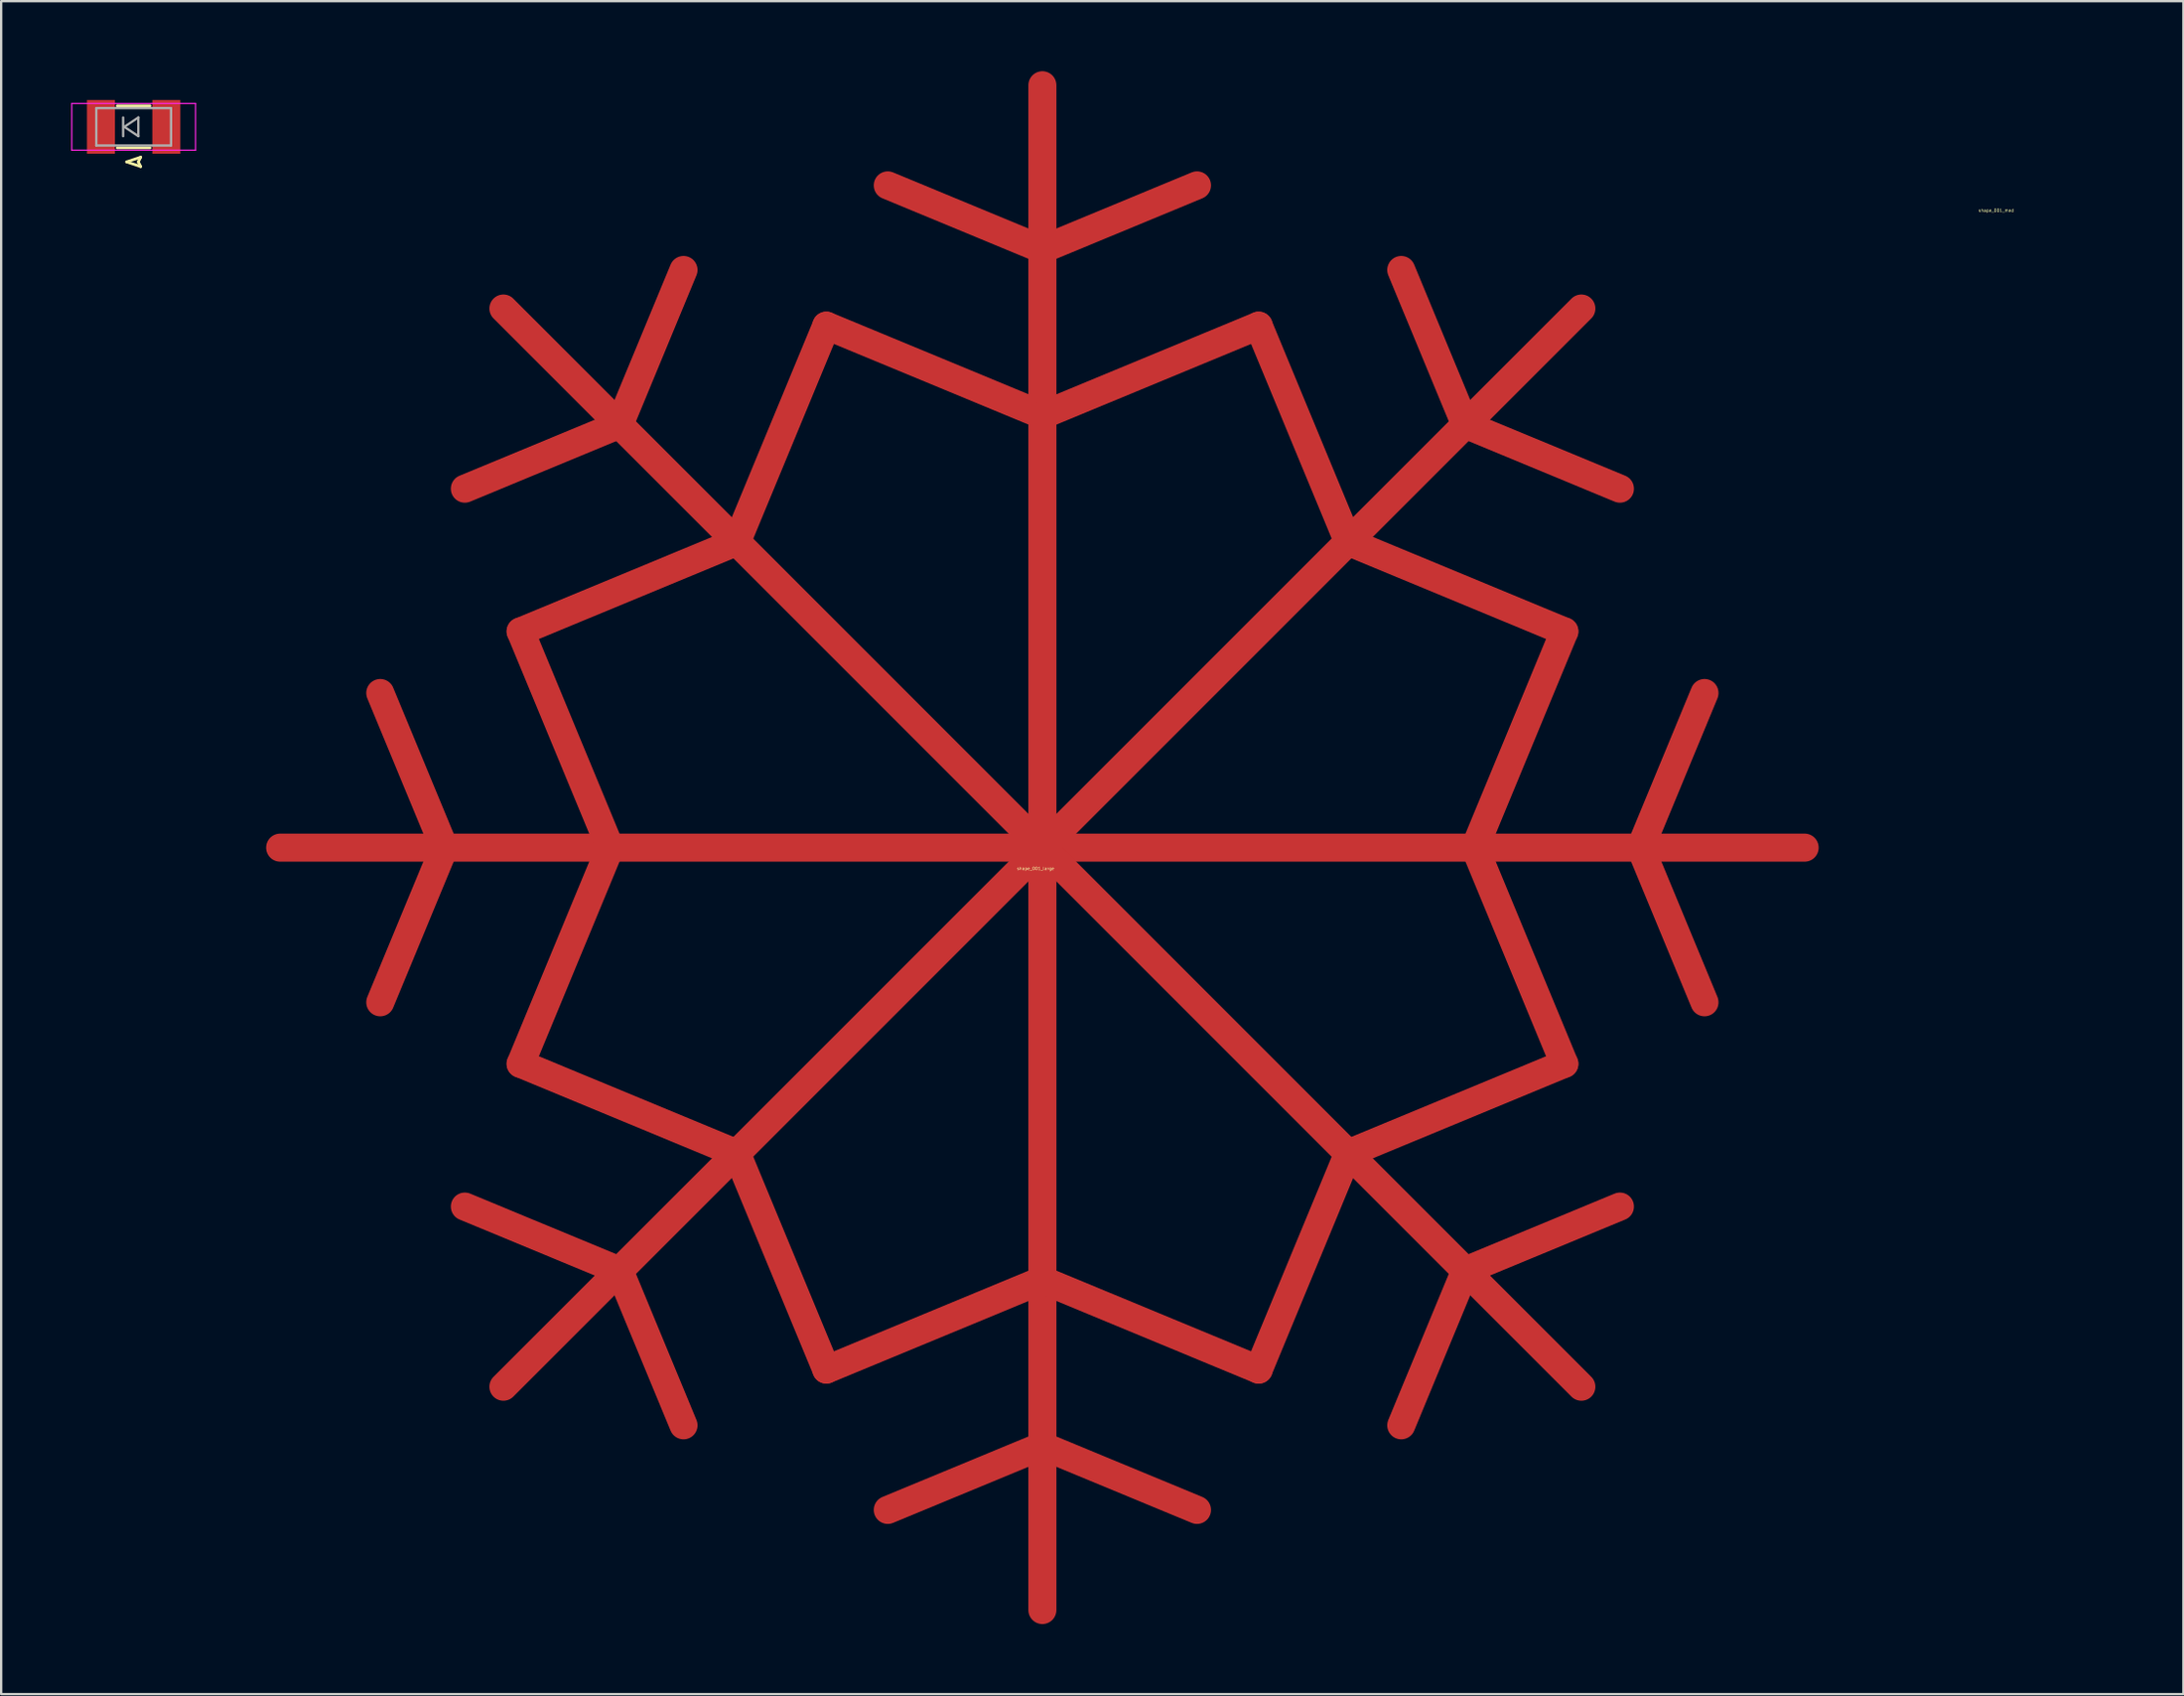
<source format=kicad_pcb>
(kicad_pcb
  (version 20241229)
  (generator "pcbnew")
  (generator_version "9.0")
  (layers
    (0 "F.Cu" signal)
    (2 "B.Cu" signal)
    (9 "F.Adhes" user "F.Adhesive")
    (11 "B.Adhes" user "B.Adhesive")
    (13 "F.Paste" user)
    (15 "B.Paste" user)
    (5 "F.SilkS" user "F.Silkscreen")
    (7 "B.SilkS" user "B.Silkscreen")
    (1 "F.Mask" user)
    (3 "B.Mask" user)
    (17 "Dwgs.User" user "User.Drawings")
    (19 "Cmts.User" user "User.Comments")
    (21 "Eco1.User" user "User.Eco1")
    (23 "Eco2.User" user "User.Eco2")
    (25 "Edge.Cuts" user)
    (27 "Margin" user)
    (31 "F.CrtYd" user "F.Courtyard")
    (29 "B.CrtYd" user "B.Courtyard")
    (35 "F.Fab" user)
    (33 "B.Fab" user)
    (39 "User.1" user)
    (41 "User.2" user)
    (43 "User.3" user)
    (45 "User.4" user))
  (footprint "shape_001_med"
    (layer "F.Cu")
    (at 82.456 5.465)
    (property "Reference" "shape_001_med" (at 0 0.5 0) (layer "F.SilkS") (effects (font (size 0.127 0.127) (thickness 0.000001))))
    (attr through_hole)
    (fp_line (start -4.407 2.723) (end 4.817 -2.603) (stroke (width 0.4) (type solid)) (layer "In1.Cu"))
    (fp_line (start -3.911 -1.484) (end -3.19 -1.9) (stroke (width 0.4) (type solid)) (layer "In1.Cu"))
    (fp_line (start -3.911 1.604) (end -3.19 2.02) (stroke (width 0.4) (type solid)) (layer "In1.Cu"))
    (fp_line (start -3.19 -1.9) (end -3.19 -2.732) (stroke (width 0.4) (type solid)) (layer "In1.Cu"))
    (fp_line (start -3.19 2.02) (end -3.19 2.852) (stroke (width 0.4) (type solid)) (layer "In1.Cu"))
    (fp_line (start -2.289 -3.044) (end -2.289 -1.38) (stroke (width 0.4) (type solid)) (layer "In1.Cu"))
    (fp_line (start -2.289 -1.38) (end -3.731 -0.548) (stroke (width 0.4) (type solid)) (layer "In1.Cu"))
    (fp_line (start -2.289 1.5) (end -3.731 0.668) (stroke (width 0.4) (type solid)) (layer "In1.Cu"))
    (fp_line (start -2.289 3.164) (end -2.289 1.5) (stroke (width 0.4) (type solid)) (layer "In1.Cu"))
    (fp_line (start -0.516 -4.276) (end 0.205 -3.86) (stroke (width 0.4) (type solid)) (layer "In1.Cu"))
    (fp_line (start -0.516 4.396) (end 0.205 3.98) (stroke (width 0.4) (type solid)) (layer "In1.Cu"))
    (fp_line (start 0.205 -5.265) (end 0.205 5.386) (stroke (width 0.4) (type solid)) (layer "In1.Cu"))
    (fp_line (start 0.205 -3.86) (end 0.926 -4.276) (stroke (width 0.4) (type solid)) (layer "In1.Cu"))
    (fp_line (start 0.205 -2.82) (end -1.236 -3.652) (stroke (width 0.4) (type solid)) (layer "In1.Cu"))
    (fp_line (start 0.205 2.94) (end -1.236 3.772) (stroke (width 0.4) (type solid)) (layer "In1.Cu"))
    (fp_line (start 0.205 3.98) (end 0.926 4.396) (stroke (width 0.4) (type solid)) (layer "In1.Cu"))
    (fp_line (start 0.205 5.386) (end 0.205 -5.265) (stroke (width 0.4) (type solid)) (layer "In1.Cu"))
    (fp_line (start 0.205 5.386) (end 0.205 1.178) (stroke (width 0.4) (type solid)) (layer "In1.Cu"))
    (fp_line (start 1.646 -3.652) (end 0.205 -2.82) (stroke (width 0.4) (type solid)) (layer "In1.Cu"))
    (fp_line (start 1.646 3.772) (end 0.205 2.94) (stroke (width 0.4) (type solid)) (layer "In1.Cu"))
    (fp_line (start 2.699 -1.38) (end 2.699 -3.044) (stroke (width 0.4) (type solid)) (layer "In1.Cu"))
    (fp_line (start 2.699 1.5) (end 2.699 3.164) (stroke (width 0.4) (type solid)) (layer "In1.Cu"))
    (fp_line (start 3.6 -2.732) (end 3.6 -1.9) (stroke (width 0.4) (type solid)) (layer "In1.Cu"))
    (fp_line (start 3.6 -1.9) (end 4.321 -1.484) (stroke (width 0.4) (type solid)) (layer "In1.Cu"))
    (fp_line (start 3.6 2.02) (end 4.321 1.604) (stroke (width 0.4) (type solid)) (layer "In1.Cu"))
    (fp_line (start 3.6 2.852) (end 3.6 2.02) (stroke (width 0.4) (type solid)) (layer "In1.Cu"))
    (fp_line (start 4.14 0.668) (end 2.699 1.5) (stroke (width 0.4) (type solid)) (layer "In1.Cu"))
    (fp_line (start 4.141 -0.548) (end 2.699 -1.38) (stroke (width 0.4) (type solid)) (layer "In1.Cu"))
    (fp_line (start 4.817 2.723) (end -4.407 -2.603) (stroke (width 0.4) (type solid)) (layer "In1.Cu"))
    (fp_arc (start -1.815868 0.060144) (mid -1.224005 -1.368866) (end 0.20498 -1.960789) (stroke (width 0.4) (type solid)) (layer "In1.Cu"))
    (fp_arc (start 0.204979 -1.960789) (mid 1.634016 -1.368868) (end 2.225999 0.060144) (stroke (width 0.4) (type solid)) (layer "In1.Cu"))
    (fp_arc (start 0.204979 2.081078) (mid -1.224022 1.48917) (end -1.815868 0.060144) (stroke (width 0.4) (type solid)) (layer "In1.Cu"))
    (fp_arc (start 2.225999 0.060144) (mid 1.634033 1.489172) (end 0.20498 2.081078) (stroke (width 0.4) (type solid)) (layer "In1.Cu")))
  (footprint "shape_001_large"
    (layer "F.Cu")
    (at 41.309 33.644)
    (property "Reference" "shape_001_large" (at 0 0.5 0) (layer "F.SilkS") (effects (font (size 0.127 0.127) (thickness 0.000001))))
    (attr through_hole)
    (fp_line (start -32.359 -0.394) (end 32.94 -0.394) (stroke (width 1.2) (type solid)) (layer "F.Cu"))
    (fp_line (start -28.071 6.229) (end -25.328 -0.394) (stroke (width 1.2) (type solid)) (layer "F.Cu"))
    (fp_line (start -25.328 -0.394) (end -28.071 -7.017) (stroke (width 1.2) (type solid)) (layer "F.Cu"))
    (fp_line (start -24.448 -15.766) (end -17.825 -18.51) (stroke (width 1.2) (type solid)) (layer "F.Cu"))
    (fp_line (start -24.448 14.976) (end -17.825 17.72) (stroke (width 1.2) (type solid)) (layer "F.Cu"))
    (fp_line (start -22.797 -23.482) (end 23.377 22.692) (stroke (width 1.2) (type solid)) (layer "F.Cu"))
    (fp_line (start -22.059 -9.653) (end -12.799 -13.49) (stroke (width 1.2) (type solid)) (layer "F.Cu"))
    (fp_line (start -22.059 8.864) (end -18.223 -0.394) (stroke (width 1.2) (type solid)) (layer "F.Cu"))
    (fp_line (start -18.223 -0.394) (end -22.059 -9.653) (stroke (width 1.2) (type solid)) (layer "F.Cu"))
    (fp_line (start -17.825 -18.51) (end -15.081 -25.132) (stroke (width 1.2) (type solid)) (layer "F.Cu"))
    (fp_line (start -17.825 17.72) (end -15.081 24.344) (stroke (width 1.2) (type solid)) (layer "F.Cu"))
    (fp_line (start -12.8 12.7) (end -22.059 8.864) (stroke (width 1.2) (type solid)) (layer "F.Cu"))
    (fp_line (start -12.799 -13.49) (end -8.964 -22.748) (stroke (width 1.2) (type solid)) (layer "F.Cu"))
    (fp_line (start -8.964 -22.748) (end 0.295 -18.913) (stroke (width 1.2) (type solid)) (layer "F.Cu"))
    (fp_line (start -8.964 21.958) (end -12.8 12.7) (stroke (width 1.2) (type solid)) (layer "F.Cu"))
    (fp_line (start -6.333 -28.756) (end 0.29 -26.012) (stroke (width 1.2) (type solid)) (layer "F.Cu"))
    (fp_line (start -6.333 27.967) (end 0.29 25.224) (stroke (width 1.2) (type solid)) (layer "F.Cu"))
    (fp_line (start 0.29 -26.012) (end 6.913 -28.756) (stroke (width 1.2) (type solid)) (layer "F.Cu"))
    (fp_line (start 0.29 25.224) (end 6.913 27.967) (stroke (width 1.2) (type solid)) (layer "F.Cu"))
    (fp_line (start 0.29 -33.044) (end 0.29 32.255) (stroke (width 1.2) (type solid)) (layer "F.Cu"))
    (fp_line (start 0.295 -18.913) (end 9.553 -22.748) (stroke (width 1.2) (type solid)) (layer "F.Cu"))
    (fp_line (start 0.295 18.124) (end -8.964 21.958) (stroke (width 1.2) (type solid)) (layer "F.Cu"))
    (fp_line (start 9.553 -22.748) (end 13.389 -13.49) (stroke (width 1.2) (type solid)) (layer "F.Cu"))
    (fp_line (start 9.553 21.959) (end 0.295 18.124) (stroke (width 1.2) (type solid)) (layer "F.Cu"))
    (fp_line (start 13.389 -13.49) (end 22.647 -9.654) (stroke (width 1.2) (type solid)) (layer "F.Cu"))
    (fp_line (start 13.389 12.699) (end 9.553 21.959) (stroke (width 1.2) (type solid)) (layer "F.Cu"))
    (fp_line (start 15.661 -25.132) (end 18.405 -18.51) (stroke (width 1.2) (type solid)) (layer "F.Cu"))
    (fp_line (start 15.661 24.344) (end 18.405 17.72) (stroke (width 1.2) (type solid)) (layer "F.Cu"))
    (fp_line (start 18.405 -18.51) (end 25.028 -15.766) (stroke (width 1.2) (type solid)) (layer "F.Cu"))
    (fp_line (start 18.405 17.72) (end 25.028 14.976) (stroke (width 1.2) (type solid)) (layer "F.Cu"))
    (fp_line (start 18.813 -0.394) (end 22.647 8.864) (stroke (width 1.2) (type solid)) (layer "F.Cu"))
    (fp_line (start 22.647 -9.654) (end 18.813 -0.394) (stroke (width 1.2) (type solid)) (layer "F.Cu"))
    (fp_line (start 22.647 8.864) (end 13.389 12.699) (stroke (width 1.2) (type solid)) (layer "F.Cu"))
    (fp_line (start 23.377 -23.482) (end -22.797 22.692) (stroke (width 1.2) (type solid)) (layer "F.Cu"))
    (fp_line (start 25.908 -0.394) (end 28.651 -7.017) (stroke (width 1.2) (type solid)) (layer "F.Cu"))
    (fp_line (start 28.651 6.229) (end 25.908 -0.394) (stroke (width 1.2) (type solid)) (layer "F.Cu")))
  (footprint "LED_0807"
    (layer "F.Cu")
    (at 2.675 2.382)
    (property "Reference" "LED_0807" (at 0 -2.381 0) (layer "F.SilkS") (effects (font (size 0.001 0.001) (thickness 0.15))))
    (attr smd)
    (fp_circle (center 0 0) (end 0.1 0) (stroke (width 1) (type solid)) (fill no) (layer "F.Mask"))
    (fp_line (start -0.7 -0.9) (end 0.7 -0.9) (stroke (width 0.12) (type solid)) (layer "F.SilkS"))
    (fp_line (start -0.7 0.9) (end 0.7 0.9) (stroke (width 0.12) (type solid)) (layer "F.SilkS"))
    (fp_line (start -0.3 1.5) (end 0.3 1.3) (stroke (width 0.12) (type solid)) (layer "F.SilkS"))
    (fp_line (start -0.3 1.5) (end 0.3 1.7) (stroke (width 0.12) (type solid)) (layer "F.SilkS"))
    (fp_line (start 0.2 1.5) (end 0.3 1.7) (stroke (width 0.12) (type solid)) (layer "F.SilkS"))
    (fp_line (start 0.3 1.3) (end 0.2 1.5) (stroke (width 0.12) (type solid)) (layer "F.SilkS"))
    (fp_line (start -2.65 -1) (end 2.65 -1) (stroke (width 0.05) (type solid)) (layer "F.CrtYd"))
    (fp_line (start -2.65 1) (end -2.65 -1) (stroke (width 0.05) (type solid)) (layer "F.CrtYd"))
    (fp_line (start 2.65 -1) (end 2.65 1) (stroke (width 0.05) (type solid)) (layer "F.CrtYd"))
    (fp_line (start 2.65 1) (end -2.65 1) (stroke (width 0.05) (type solid)) (layer "F.CrtYd"))
    (fp_line (start -1.6 -0.8) (end 1.6 -0.8) (stroke (width 0.1) (type solid)) (layer "F.Fab"))
    (fp_line (start -1.6 0.8) (end -1.6 -0.8) (stroke (width 0.1) (type solid)) (layer "F.Fab"))
    (fp_line (start -0.45 -0.4) (end -0.45 0.4) (stroke (width 0.1) (type solid)) (layer "F.Fab"))
    (fp_line (start -0.4 0) (end 0.2 -0.4) (stroke (width 0.1) (type solid)) (layer "F.Fab"))
    (fp_line (start 0.2 -0.4) (end 0.2 0.4) (stroke (width 0.1) (type solid)) (layer "F.Fab"))
    (fp_line (start 0.2 0.4) (end -0.4 0) (stroke (width 0.1) (type solid)) (layer "F.Fab"))
    (fp_line (start 1.6 -0.8) (end 1.6 0.8) (stroke (width 0.1) (type solid)) (layer "F.Fab"))
    (fp_line (start 1.6 0.8) (end -1.6 0.8) (stroke (width 0.1) (type solid)) (layer "F.Fab"))
    (pad "1" smd rect (at -1.4 0 180) (size 1.2 2.3) (layers "F.Cu" "F.Mask" "F.Paste"))
    (pad "2" smd rect (at 1.4 0 180) (size 1.2 2.3) (layers "F.Cu" "F.Mask" "F.Paste")))
  (gr_rect
    (start -3 -3)
    (end 90.473 69.499)
    (stroke (width 0.1) (type default))
    (fill no)
    (layer "Edge.Cuts")))
</source>
